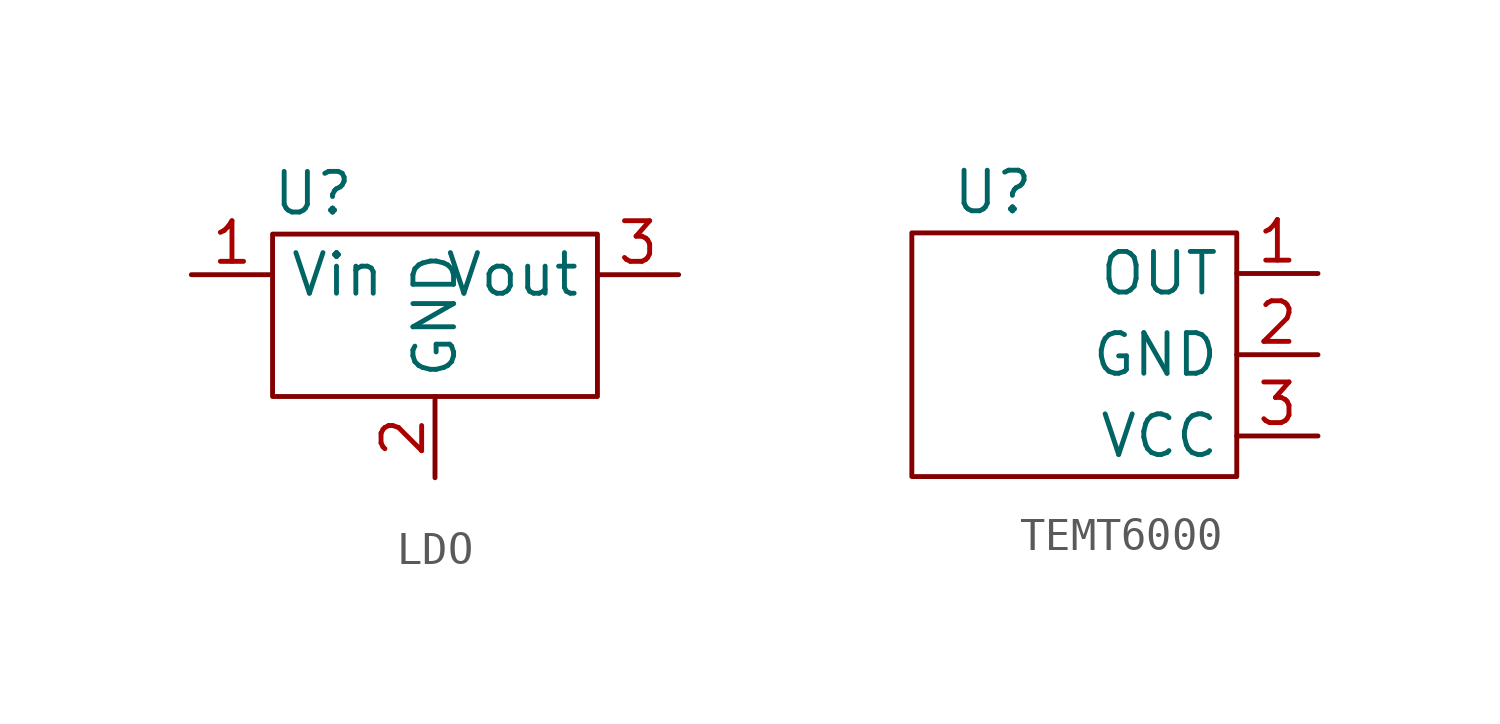
<source format=kicad_sym>
(kicad_symbol_lib
  (version 20220914)
  (generator kicad_symbol_editor)
  (symbol "LDO"
    (property "Reference" "U"
      (at 2.54 1.27 0)
      (effects (font (size 1.27 1.27))))
    (property "Value" ""
      (at 0 0 0)
      (effects (font (size 1.27 1.27))))
    (symbol "LDO_0_1"
      (rectangle (start 1.27 0) (end 11.43 -5.08) (stroke (width 0) (type default)) (fill (type none))))
    (symbol "LDO_1_1"
      (pin power_in line (at -1.27 -1.27 0) (length 2.54) (name "Vin" (effects (font (size 1.27 1.27)))) (number "1" (effects (font (size 1.27 1.27)))))
      (pin power_in line (at 6.35 -7.62 90) (length 2.54) (name "GND" (effects (font (size 1.27 1.27)))) (number "2" (effects (font (size 1.27 1.27)))))
      (pin power_out line (at 13.97 -1.27 180) (length 2.54) (name "Vout" (effects (font (size 1.27 1.27)))) (number "3" (effects (font (size 1.27 1.27)))))))
  (symbol "TEMT6000"
    (property "Reference" "U"
      (at -5.08 5.08 0)
      (effects (font (size 1.27 1.27))))
    (property "Value" ""
      (at 0 0 0)
      (effects (font (size 1.27 1.27))))
    (symbol "TEMT6000_0_0"
      (text "" (at 1.27 0 0) (effects (font (size 1.27 1.27)))))
    (symbol "TEMT6000_0_1"
      (rectangle (start -7.62 3.81) (end 2.54 -3.81) (stroke (width 0) (type default)) (fill (type none))))
    (symbol "TEMT6000_1_1"
      (pin output line (at 5.08 2.54 180) (length 2.54) (name "OUT" (effects (font (size 1.27 1.27)))) (number "1" (effects (font (size 1.27 1.27)))))
      (pin power_in line (at 5.08 0 180) (length 2.54) (name "GND" (effects (font (size 1.27 1.27)))) (number "2" (effects (font (size 1.27 1.27)))))
      (pin power_in line (at 5.08 -2.54 180) (length 2.54) (name "VCC" (effects (font (size 1.27 1.27)))) (number "3" (effects (font (size 1.27 1.27))))))))
</source>
